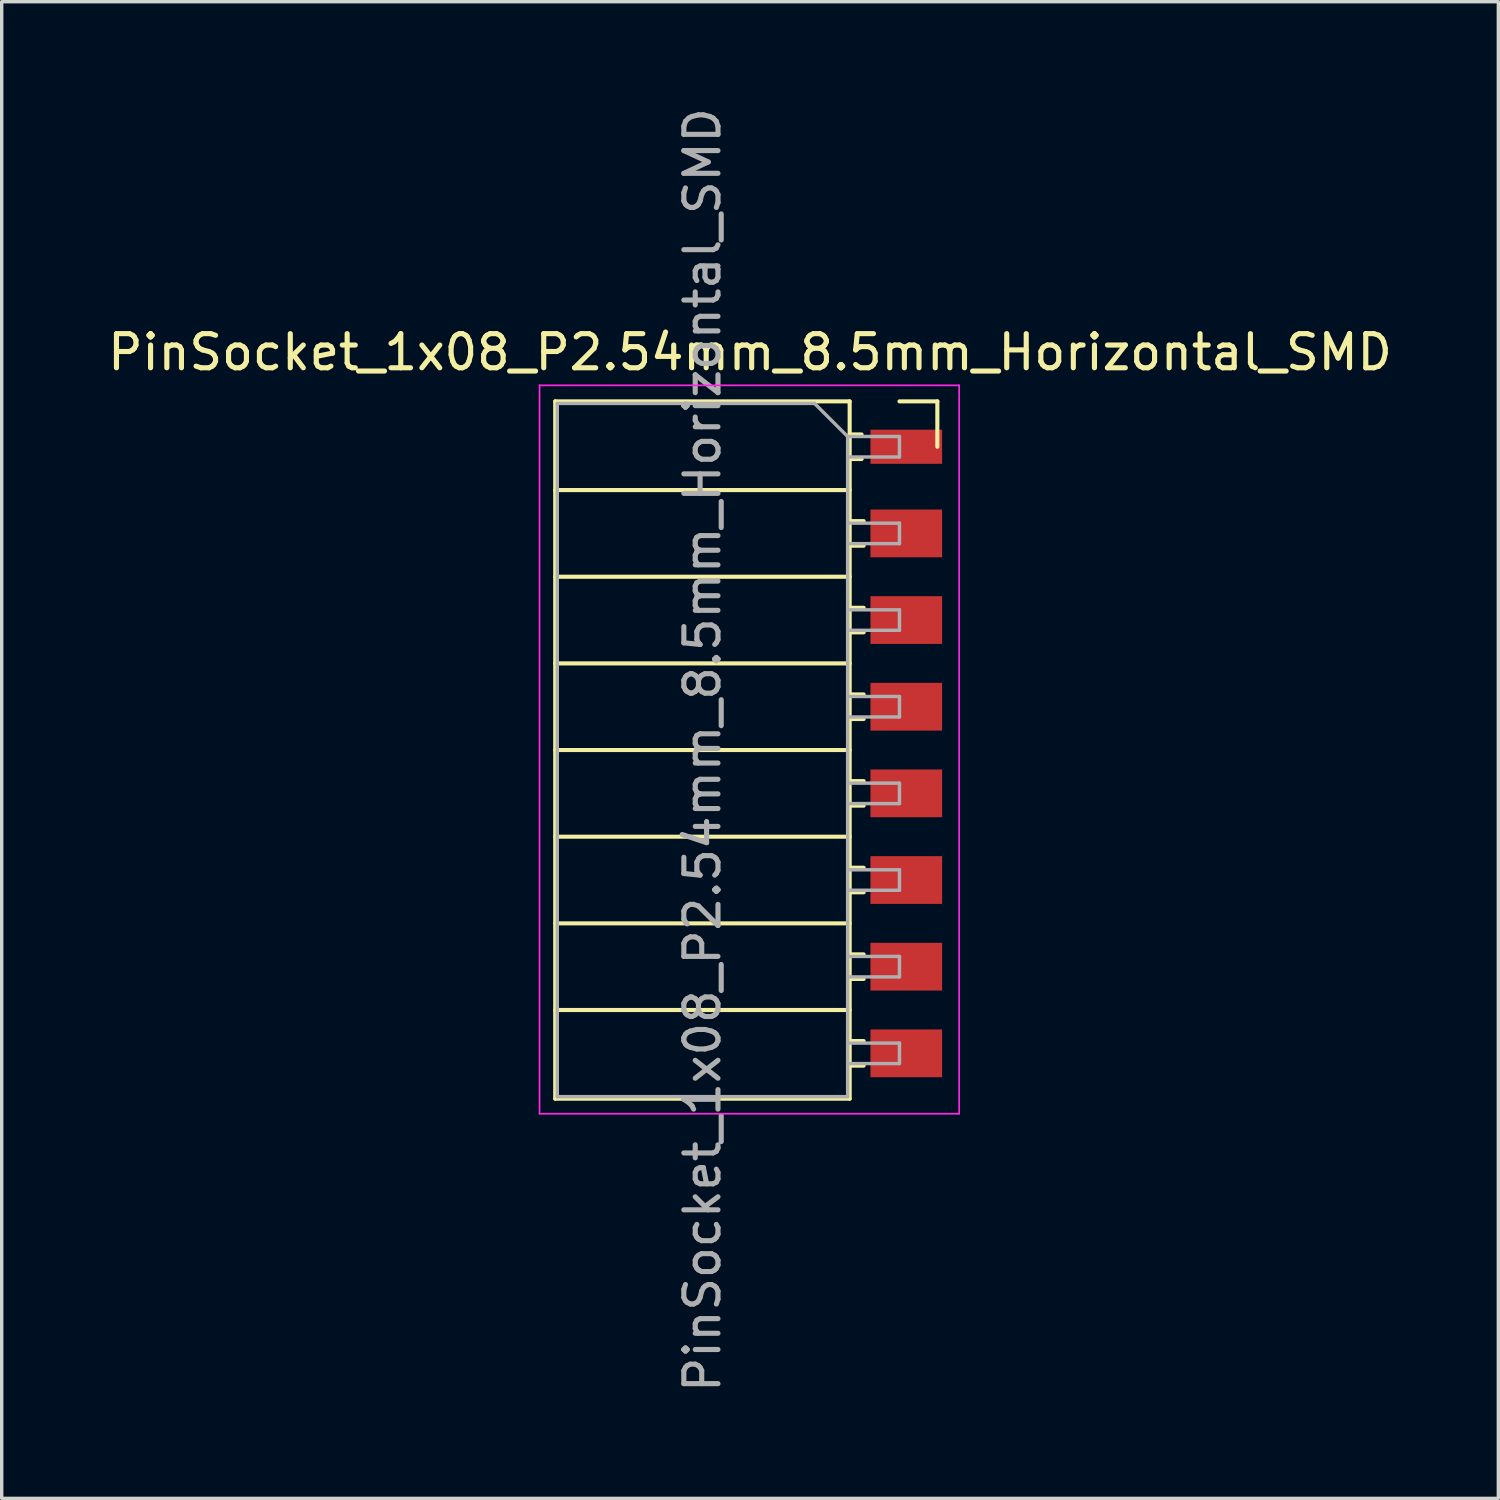
<source format=kicad_pcb>
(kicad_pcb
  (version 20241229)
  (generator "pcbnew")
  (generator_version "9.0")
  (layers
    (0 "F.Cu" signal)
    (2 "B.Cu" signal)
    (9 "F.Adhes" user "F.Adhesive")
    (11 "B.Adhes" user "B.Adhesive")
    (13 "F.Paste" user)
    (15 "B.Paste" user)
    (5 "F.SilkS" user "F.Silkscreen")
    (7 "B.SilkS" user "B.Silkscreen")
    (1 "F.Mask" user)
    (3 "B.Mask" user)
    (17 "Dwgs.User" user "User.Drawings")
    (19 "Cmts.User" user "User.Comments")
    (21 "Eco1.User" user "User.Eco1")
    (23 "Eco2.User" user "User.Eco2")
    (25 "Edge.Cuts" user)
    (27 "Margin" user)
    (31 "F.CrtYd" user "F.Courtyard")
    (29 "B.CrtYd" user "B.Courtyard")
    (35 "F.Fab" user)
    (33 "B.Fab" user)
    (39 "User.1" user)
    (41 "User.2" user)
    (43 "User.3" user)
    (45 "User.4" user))
  (footprint "PinSocket_1x08_P2.54mm_8.5mm_Horizontal_SMD"
    (layer "F.Cu")
    (at 23.315 10.045)
    (property "Reference" "PinSocket_1x08_P2.54mm_8.5mm_Horizontal_SMD" (at -4.38 -2.77 0) (layer "F.SilkS") (effects (font (size 1 1) (thickness 0.15))))
    (attr through_hole)
    (fp_line (start -10.09 -1.33) (end -10.09 19.11) (stroke (width 0.12) (type solid)) (layer "F.SilkS"))
    (fp_line (start -10.09 -1.33) (end -1.46 -1.33) (stroke (width 0.12) (type solid)) (layer "F.SilkS"))
    (fp_line (start -10.09 1.27) (end -1.46 1.27) (stroke (width 0.12) (type solid)) (layer "F.SilkS"))
    (fp_line (start -10.09 3.81) (end -1.46 3.81) (stroke (width 0.12) (type solid)) (layer "F.SilkS"))
    (fp_line (start -10.09 6.35) (end -1.46 6.35) (stroke (width 0.12) (type solid)) (layer "F.SilkS"))
    (fp_line (start -10.09 8.89) (end -1.46 8.89) (stroke (width 0.12) (type solid)) (layer "F.SilkS"))
    (fp_line (start -10.09 11.43) (end -1.46 11.43) (stroke (width 0.12) (type solid)) (layer "F.SilkS"))
    (fp_line (start -10.09 13.97) (end -1.46 13.97) (stroke (width 0.12) (type solid)) (layer "F.SilkS"))
    (fp_line (start -10.09 16.51) (end -1.46 16.51) (stroke (width 0.12) (type solid)) (layer "F.SilkS"))
    (fp_line (start -10.09 19.11) (end -1.46 19.11) (stroke (width 0.12) (type solid)) (layer "F.SilkS"))
    (fp_line (start -1.46 -1.33) (end -1.46 19.11) (stroke (width 0.12) (type solid)) (layer "F.SilkS"))
    (fp_line (start -1.46 -0.36) (end -1.11 -0.36) (stroke (width 0.12) (type solid)) (layer "F.SilkS"))
    (fp_line (start -1.46 0.36) (end -1.11 0.36) (stroke (width 0.12) (type solid)) (layer "F.SilkS"))
    (fp_line (start -1.46 2.18) (end -1.05 2.18) (stroke (width 0.12) (type solid)) (layer "F.SilkS"))
    (fp_line (start -1.46 2.9) (end -1.05 2.9) (stroke (width 0.12) (type solid)) (layer "F.SilkS"))
    (fp_line (start -1.46 4.72) (end -1.05 4.72) (stroke (width 0.12) (type solid)) (layer "F.SilkS"))
    (fp_line (start -1.46 5.44) (end -1.05 5.44) (stroke (width 0.12) (type solid)) (layer "F.SilkS"))
    (fp_line (start -1.46 7.26) (end -1.05 7.26) (stroke (width 0.12) (type solid)) (layer "F.SilkS"))
    (fp_line (start -1.46 7.98) (end -1.05 7.98) (stroke (width 0.12) (type solid)) (layer "F.SilkS"))
    (fp_line (start -1.46 9.8) (end -1.05 9.8) (stroke (width 0.12) (type solid)) (layer "F.SilkS"))
    (fp_line (start -1.46 10.52) (end -1.05 10.52) (stroke (width 0.12) (type solid)) (layer "F.SilkS"))
    (fp_line (start -1.46 12.34) (end -1.05 12.34) (stroke (width 0.12) (type solid)) (layer "F.SilkS"))
    (fp_line (start -1.46 13.06) (end -1.05 13.06) (stroke (width 0.12) (type solid)) (layer "F.SilkS"))
    (fp_line (start -1.46 14.88) (end -1.05 14.88) (stroke (width 0.12) (type solid)) (layer "F.SilkS"))
    (fp_line (start -1.46 15.6) (end -1.05 15.6) (stroke (width 0.12) (type solid)) (layer "F.SilkS"))
    (fp_line (start -1.46 17.42) (end -1.05 17.42) (stroke (width 0.12) (type solid)) (layer "F.SilkS"))
    (fp_line (start -1.46 18.14) (end -1.05 18.14) (stroke (width 0.12) (type solid)) (layer "F.SilkS"))
    (fp_line (start 0 -1.33) (end 1.11 -1.33) (stroke (width 0.12) (type solid)) (layer "F.SilkS"))
    (fp_line (start 1.11 -1.33) (end 1.11 0) (stroke (width 0.12) (type solid)) (layer "F.SilkS"))
    (fp_line (start -10.55 -1.8) (end -10.55 19.55) (stroke (width 0.05) (type solid)) (layer "F.CrtYd"))
    (fp_line (start -10.55 19.55) (end 1.75 19.55) (stroke (width 0.05) (type solid)) (layer "F.CrtYd"))
    (fp_line (start 1.75 -1.8) (end -10.55 -1.8) (stroke (width 0.05) (type solid)) (layer "F.CrtYd"))
    (fp_line (start 1.75 19.55) (end 1.75 -1.8) (stroke (width 0.05) (type solid)) (layer "F.CrtYd"))
    (fp_line (start -10.03 -1.27) (end -2.49 -1.27) (stroke (width 0.1) (type solid)) (layer "F.Fab"))
    (fp_line (start -10.03 19.05) (end -10.03 -1.27) (stroke (width 0.1) (type solid)) (layer "F.Fab"))
    (fp_line (start -2.49 -1.27) (end -1.52 -0.3) (stroke (width 0.1) (type solid)) (layer "F.Fab"))
    (fp_line (start -1.52 -0.3) (end -1.52 19.05) (stroke (width 0.1) (type solid)) (layer "F.Fab"))
    (fp_line (start -1.52 0.3) (end 0 0.3) (stroke (width 0.1) (type solid)) (layer "F.Fab"))
    (fp_line (start -1.52 2.84) (end 0 2.84) (stroke (width 0.1) (type solid)) (layer "F.Fab"))
    (fp_line (start -1.52 5.38) (end 0 5.38) (stroke (width 0.1) (type solid)) (layer "F.Fab"))
    (fp_line (start -1.52 7.92) (end 0 7.92) (stroke (width 0.1) (type solid)) (layer "F.Fab"))
    (fp_line (start -1.52 10.46) (end 0 10.46) (stroke (width 0.1) (type solid)) (layer "F.Fab"))
    (fp_line (start -1.52 13) (end 0 13) (stroke (width 0.1) (type solid)) (layer "F.Fab"))
    (fp_line (start -1.52 15.54) (end 0 15.54) (stroke (width 0.1) (type solid)) (layer "F.Fab"))
    (fp_line (start -1.52 18.08) (end 0 18.08) (stroke (width 0.1) (type solid)) (layer "F.Fab"))
    (fp_line (start -1.52 19.05) (end -10.03 19.05) (stroke (width 0.1) (type solid)) (layer "F.Fab"))
    (fp_line (start 0 -0.3) (end -1.52 -0.3) (stroke (width 0.1) (type solid)) (layer "F.Fab"))
    (fp_line (start 0 0.3) (end 0 -0.3) (stroke (width 0.1) (type solid)) (layer "F.Fab"))
    (fp_line (start 0 2.24) (end -1.52 2.24) (stroke (width 0.1) (type solid)) (layer "F.Fab"))
    (fp_line (start 0 2.84) (end 0 2.24) (stroke (width 0.1) (type solid)) (layer "F.Fab"))
    (fp_line (start 0 4.78) (end -1.52 4.78) (stroke (width 0.1) (type solid)) (layer "F.Fab"))
    (fp_line (start 0 5.38) (end 0 4.78) (stroke (width 0.1) (type solid)) (layer "F.Fab"))
    (fp_line (start 0 7.32) (end -1.52 7.32) (stroke (width 0.1) (type solid)) (layer "F.Fab"))
    (fp_line (start 0 7.92) (end 0 7.32) (stroke (width 0.1) (type solid)) (layer "F.Fab"))
    (fp_line (start 0 9.86) (end -1.52 9.86) (stroke (width 0.1) (type solid)) (layer "F.Fab"))
    (fp_line (start 0 10.46) (end 0 9.86) (stroke (width 0.1) (type solid)) (layer "F.Fab"))
    (fp_line (start 0 12.4) (end -1.52 12.4) (stroke (width 0.1) (type solid)) (layer "F.Fab"))
    (fp_line (start 0 13) (end 0 12.4) (stroke (width 0.1) (type solid)) (layer "F.Fab"))
    (fp_line (start 0 14.94) (end -1.52 14.94) (stroke (width 0.1) (type solid)) (layer "F.Fab"))
    (fp_line (start 0 15.54) (end 0 14.94) (stroke (width 0.1) (type solid)) (layer "F.Fab"))
    (fp_line (start 0 17.48) (end -1.52 17.48) (stroke (width 0.1) (type solid)) (layer "F.Fab"))
    (fp_line (start 0 18.08) (end 0 17.48) (stroke (width 0.1) (type solid)) (layer "F.Fab"))
    (fp_text user "${REFERENCE}" (at -5.775 8.89 90) (layer "F.Fab") (effects (font (size 1 1) (thickness 0.15))))
    (pad "1" smd rect (at 0.2 0) (size 2.1 1) (layers "F.Cu" "F.Mask" "F.Paste"))
    (pad "2" smd rect (at 0.2 2.54) (size 2.1 1.4) (layers "F.Cu" "F.Mask" "F.Paste"))
    (pad "3" smd rect (at 0.2 5.08) (size 2.1 1.4) (layers "F.Cu" "F.Mask" "F.Paste"))
    (pad "4" smd rect (at 0.2 7.62) (size 2.1 1.4) (layers "F.Cu" "F.Mask" "F.Paste"))
    (pad "5" smd rect (at 0.2 10.16) (size 2.1 1.4) (layers "F.Cu" "F.Mask" "F.Paste"))
    (pad "6" smd rect (at 0.2 12.7) (size 2.1 1.4) (layers "F.Cu" "F.Mask" "F.Paste"))
    (pad "7" smd rect (at 0.2 15.24) (size 2.1 1.4) (layers "F.Cu" "F.Mask" "F.Paste"))
    (pad "8" smd rect (at 0.2 17.78) (size 2.1 1.4) (layers "F.Cu" "F.Mask" "F.Paste")))
  (gr_rect
    (start -3 -3)
    (end 40.869 40.869)
    (stroke (width 0.1) (type default))
    (fill no)
    (layer "Edge.Cuts")))
</source>
